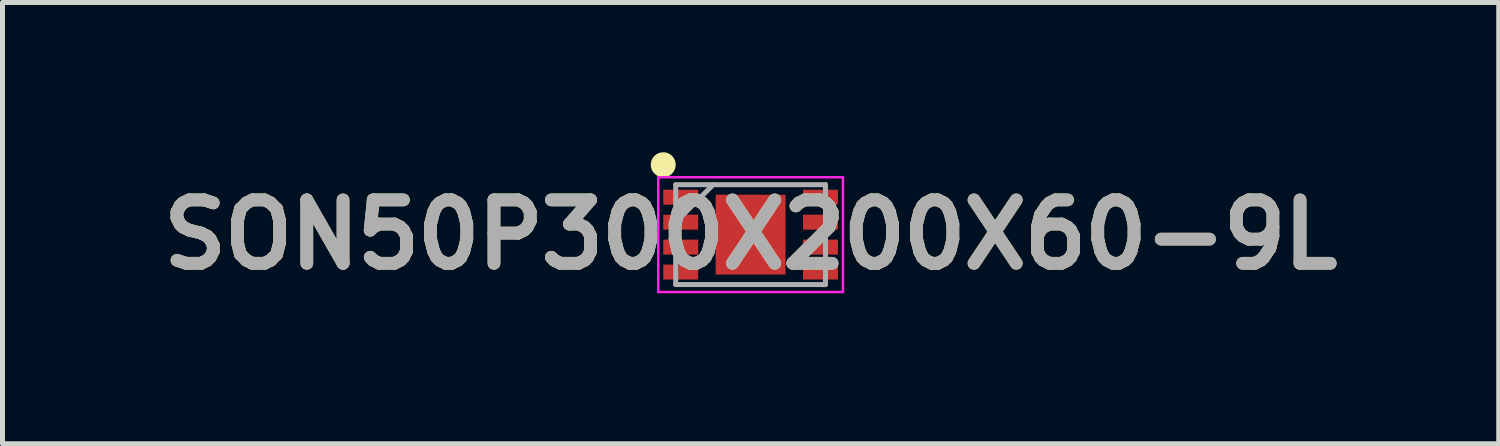
<source format=kicad_pcb>
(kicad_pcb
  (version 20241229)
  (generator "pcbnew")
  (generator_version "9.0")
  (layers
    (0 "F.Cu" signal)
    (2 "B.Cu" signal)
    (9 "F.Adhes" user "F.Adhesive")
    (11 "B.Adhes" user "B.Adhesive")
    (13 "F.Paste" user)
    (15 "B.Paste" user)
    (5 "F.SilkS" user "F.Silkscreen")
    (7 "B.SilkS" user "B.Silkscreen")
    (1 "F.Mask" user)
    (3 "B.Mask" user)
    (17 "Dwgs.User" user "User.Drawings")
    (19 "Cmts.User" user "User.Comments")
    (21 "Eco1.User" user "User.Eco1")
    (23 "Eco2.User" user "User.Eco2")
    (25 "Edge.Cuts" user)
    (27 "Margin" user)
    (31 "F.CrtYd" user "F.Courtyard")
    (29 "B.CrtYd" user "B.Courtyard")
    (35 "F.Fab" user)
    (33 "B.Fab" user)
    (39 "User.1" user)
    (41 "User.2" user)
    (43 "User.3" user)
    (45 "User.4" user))
  (footprint "SON50P300X200X60-9L"
    (layer "F.Cu")
    (at 11.986 1.65)
    (property "Reference" "SON50P300X200X60-9L" (at 0 0 0) (layer "F.SilkS") (effects (font (size 1.27 1.27) (thickness 0.254))))
    (attr smd)
    (fp_circle (center -1.75 -1.4) (end -1.75 -1.275) (stroke (width 0.25) (type solid)) (fill no) (layer "F.SilkS"))
    (fp_line (start -1.85 -1.15) (end 1.85 -1.15) (stroke (width 0.05) (type solid)) (layer "F.CrtYd"))
    (fp_line (start -1.85 1.15) (end -1.85 -1.15) (stroke (width 0.05) (type solid)) (layer "F.CrtYd"))
    (fp_line (start 1.85 -1.15) (end 1.85 1.15) (stroke (width 0.05) (type solid)) (layer "F.CrtYd"))
    (fp_line (start 1.85 1.15) (end -1.85 1.15) (stroke (width 0.05) (type solid)) (layer "F.CrtYd"))
    (fp_line (start -1.5 -1) (end 1.5 -1) (stroke (width 0.1) (type solid)) (layer "F.Fab"))
    (fp_line (start -1.5 -0.25) (end -0.75 -1) (stroke (width 0.1) (type solid)) (layer "F.Fab"))
    (fp_line (start -1.5 1) (end -1.5 -1) (stroke (width 0.1) (type solid)) (layer "F.Fab"))
    (fp_line (start 1.5 -1) (end 1.5 1) (stroke (width 0.1) (type solid)) (layer "F.Fab"))
    (fp_line (start 1.5 1) (end -1.5 1) (stroke (width 0.1) (type solid)) (layer "F.Fab"))
    (fp_text user "${REFERENCE}" (at 0 0 0) (layer "F.Fab") (effects (font (size 1.27 1.27) (thickness 0.254))))
    (pad "1" smd rect (at -1.4 -0.75 90) (size 0.3 0.7) (layers "F.Cu" "F.Mask" "F.Paste"))
    (pad "2" smd rect (at -1.4 -0.25 90) (size 0.3 0.7) (layers "F.Cu" "F.Mask" "F.Paste"))
    (pad "3" smd rect (at -1.4 0.25 90) (size 0.3 0.7) (layers "F.Cu" "F.Mask" "F.Paste"))
    (pad "4" smd rect (at -1.4 0.75 90) (size 0.3 0.7) (layers "F.Cu" "F.Mask" "F.Paste"))
    (pad "5" smd rect (at 1.4 0.75 90) (size 0.3 0.7) (layers "F.Cu" "F.Mask" "F.Paste"))
    (pad "6" smd rect (at 1.4 0.25 90) (size 0.3 0.7) (layers "F.Cu" "F.Mask" "F.Paste"))
    (pad "7" smd rect (at 1.4 -0.25 90) (size 0.3 0.7) (layers "F.Cu" "F.Mask" "F.Paste"))
    (pad "8" smd rect (at 1.4 -0.75 90) (size 0.3 0.7) (layers "F.Cu" "F.Mask" "F.Paste"))
    (pad "9" smd rect (at 0 0) (size 1.4 1.6) (layers "F.Cu" "F.Mask" "F.Paste")))
  (gr_rect
    (start -3 -3)
    (end 26.973 5.839)
    (stroke (width 0.1) (type default))
    (fill no)
    (layer "Edge.Cuts")))
</source>
